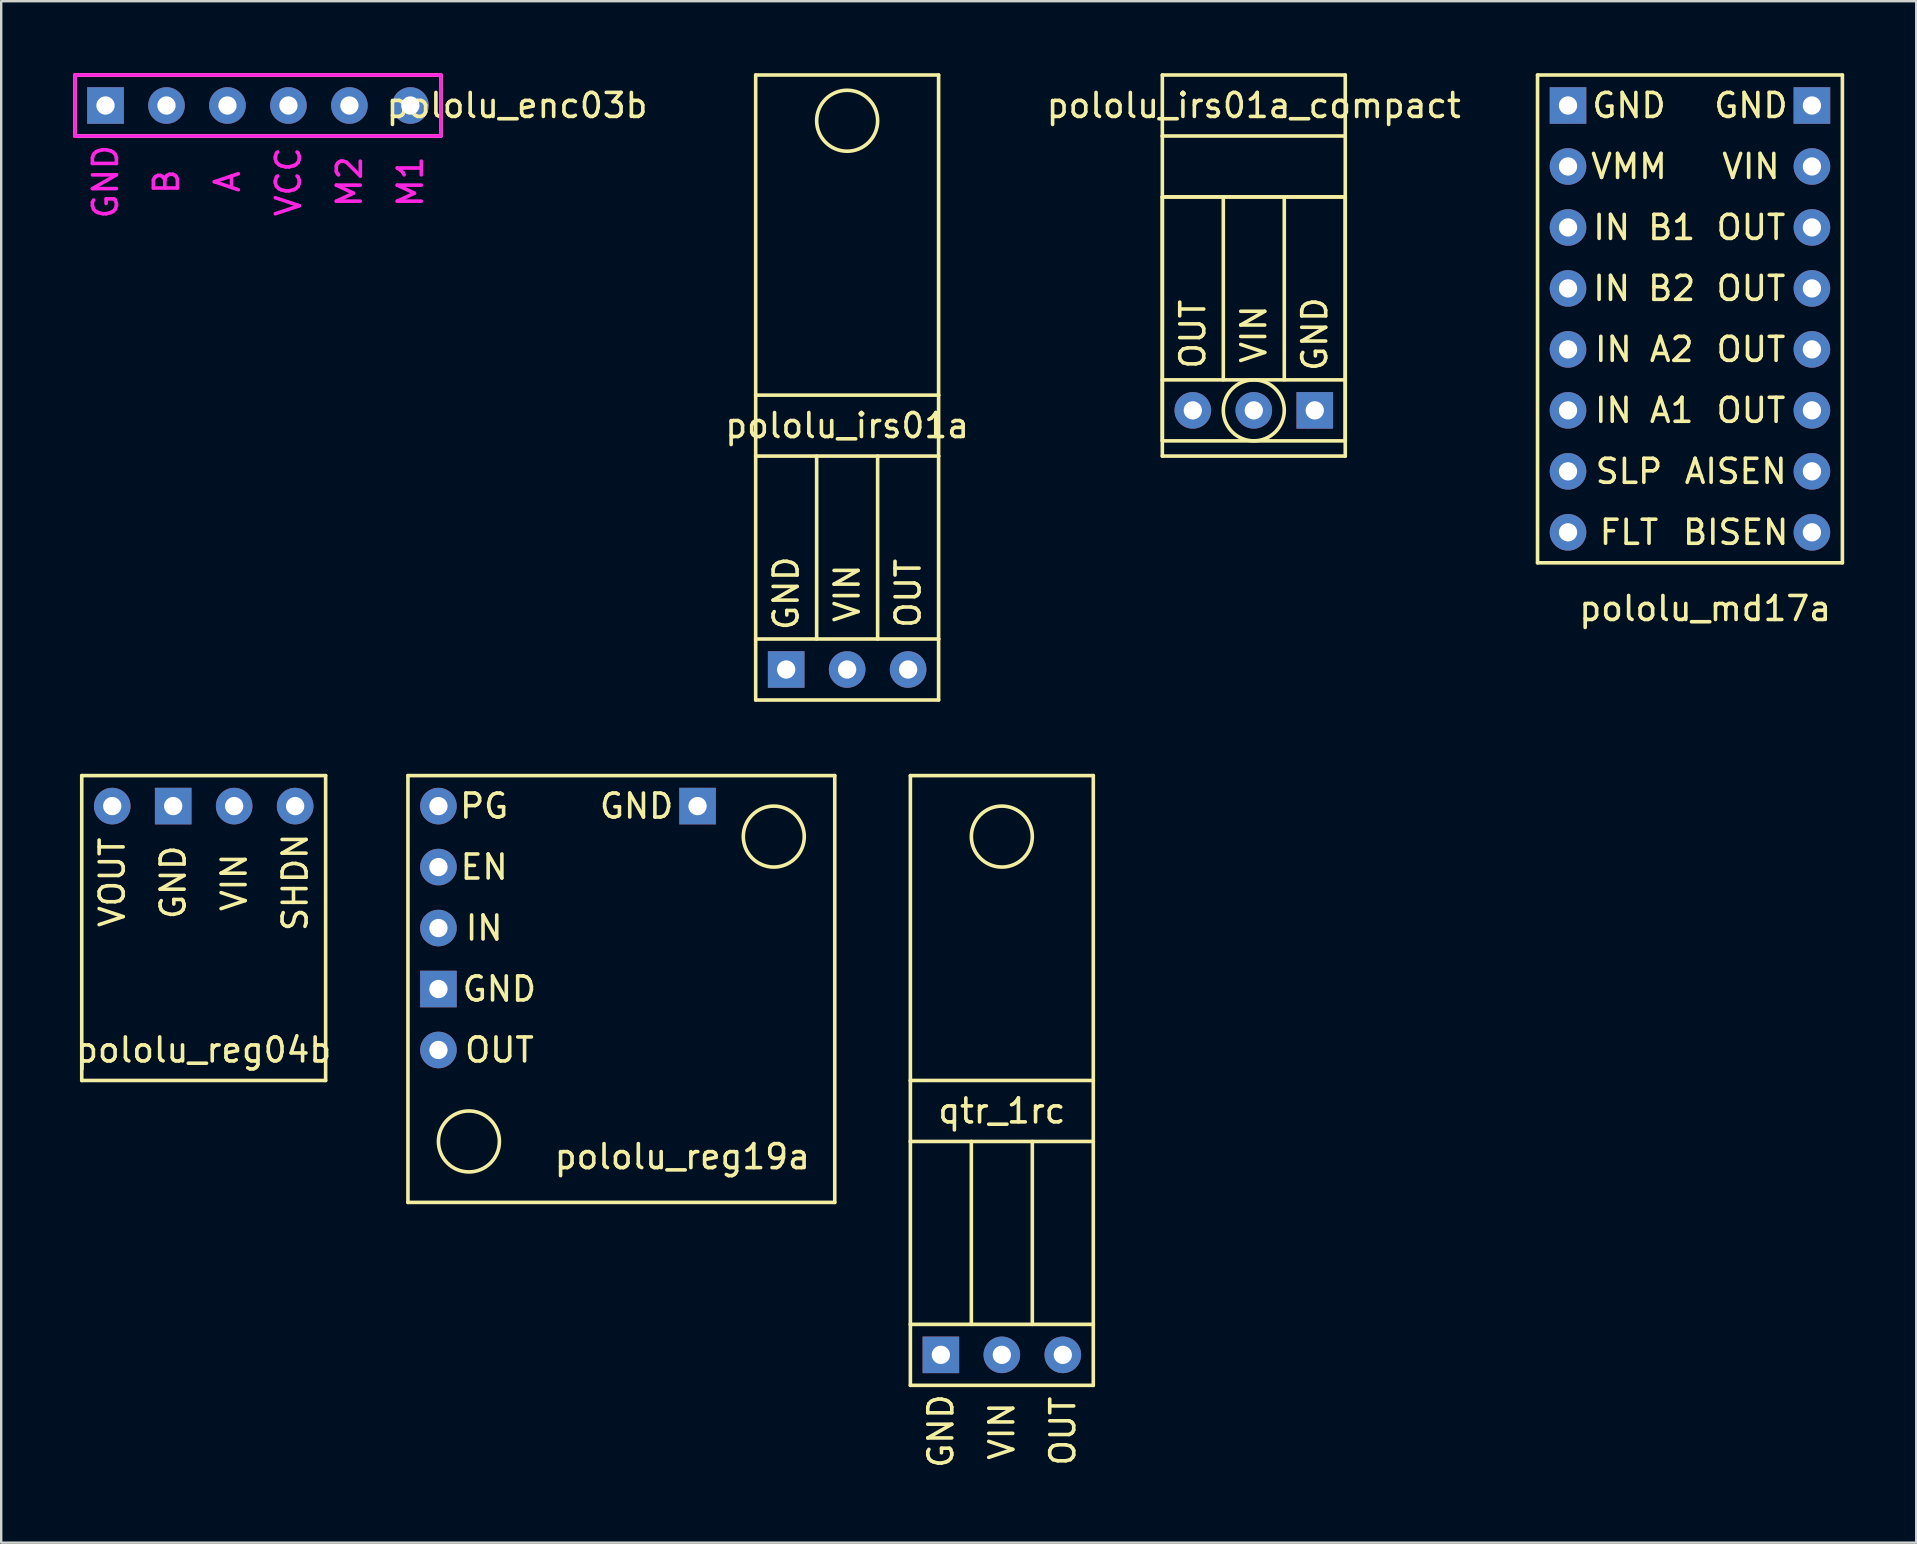
<source format=kicad_pcb>
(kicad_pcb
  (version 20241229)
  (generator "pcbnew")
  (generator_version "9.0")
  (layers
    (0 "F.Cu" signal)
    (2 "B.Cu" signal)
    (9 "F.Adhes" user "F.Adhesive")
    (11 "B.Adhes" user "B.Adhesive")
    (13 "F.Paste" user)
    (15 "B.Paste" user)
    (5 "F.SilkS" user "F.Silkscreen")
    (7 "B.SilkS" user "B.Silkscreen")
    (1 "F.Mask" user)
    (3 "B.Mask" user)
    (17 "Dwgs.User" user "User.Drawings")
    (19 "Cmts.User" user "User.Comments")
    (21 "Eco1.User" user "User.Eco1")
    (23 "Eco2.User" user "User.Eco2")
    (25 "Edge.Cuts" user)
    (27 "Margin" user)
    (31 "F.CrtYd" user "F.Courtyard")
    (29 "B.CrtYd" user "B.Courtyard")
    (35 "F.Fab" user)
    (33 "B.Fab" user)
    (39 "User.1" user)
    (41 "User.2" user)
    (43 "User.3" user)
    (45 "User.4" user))
  (footprint "qtr_1rc"
    (layer "F.Cu")
    (at 36.144 53.39)
    (property "Reference" "qtr_1rc" (at 2.54 -10.16 180) (layer "F.SilkS") (effects (font (size 1 1) (thickness 0.15))))
    (attr through_hole)
    (fp_line (start -1.27 -24.13) (end 6.35 -24.13) (stroke (width 0.15) (type solid)) (layer "F.SilkS"))
    (fp_line (start -1.27 -11.43) (end -1.27 -24.13) (stroke (width 0.15) (type solid)) (layer "F.SilkS"))
    (fp_line (start -1.27 -8.89) (end -1.27 -11.43) (stroke (width 0.15) (type solid)) (layer "F.SilkS"))
    (fp_line (start -1.27 -8.89) (end -1.27 -1.27) (stroke (width 0.15) (type solid)) (layer "F.SilkS"))
    (fp_line (start -1.27 -1.27) (end -1.27 1.27) (stroke (width 0.15) (type solid)) (layer "F.SilkS"))
    (fp_line (start -1.27 -1.27) (end 6.35 -1.27) (stroke (width 0.15) (type solid)) (layer "F.SilkS"))
    (fp_line (start -1.27 1.27) (end 6.35 1.27) (stroke (width 0.15) (type solid)) (layer "F.SilkS"))
    (fp_line (start 1.27 -8.89) (end 1.27 -1.27) (stroke (width 0.15) (type solid)) (layer "F.SilkS"))
    (fp_line (start 3.81 -8.89) (end 3.81 -1.27) (stroke (width 0.15) (type solid)) (layer "F.SilkS"))
    (fp_line (start 6.35 -24.13) (end 6.35 -11.43) (stroke (width 0.15) (type solid)) (layer "F.SilkS"))
    (fp_line (start 6.35 -11.43) (end -1.27 -11.43) (stroke (width 0.15) (type solid)) (layer "F.SilkS"))
    (fp_line (start 6.35 -11.43) (end 6.35 -8.89) (stroke (width 0.15) (type solid)) (layer "F.SilkS"))
    (fp_line (start 6.35 -8.89) (end -1.27 -8.89) (stroke (width 0.15) (type solid)) (layer "F.SilkS"))
    (fp_line (start 6.35 -1.27) (end 6.35 -8.89) (stroke (width 0.15) (type solid)) (layer "F.SilkS"))
    (fp_line (start 6.35 1.27) (end 6.35 -1.27) (stroke (width 0.15) (type solid)) (layer "F.SilkS"))
    (fp_circle (center 2.54 -21.59) (end 2.54 -22.86) (stroke (width 0.15) (type solid)) (fill no) (layer "F.SilkS"))
    (fp_text user "OUT" (at 5.08 3.175 90) (layer "F.SilkS") (effects (font (size 1 1) (thickness 0.15))))
    (fp_text user "VIN" (at 2.54 3.175 90) (layer "F.SilkS") (effects (font (size 1 1) (thickness 0.15))))
    (fp_text user "GND" (at 0 3.175 90) (layer "F.SilkS") (effects (font (size 1 1) (thickness 0.15))))
    (pad "1" thru_hole rect (at 0 0) (size 1.524 1.524) (drill 0.762) (layers "*.Cu" "*.Mask"))
    (pad "2" thru_hole circle (at 2.54 0) (size 1.524 1.524) (drill 0.762) (layers "*.Cu" "*.Mask"))
    (pad "3" thru_hole circle (at 5.08 0) (size 1.524 1.524) (drill 0.762) (layers "*.Cu" "*.Mask")))
  (footprint "pololu_reg19a"
    (layer "F.Cu")
    (at 15.214 30.53)
    (property "Reference" "pololu_reg19a" (at 10.16 14.605 0) (layer "F.SilkS") (effects (font (size 1 1) (thickness 0.15))))
    (attr through_hole)
    (fp_line (start -1.27 -1.27) (end -1.27 16.51) (stroke (width 0.15) (type solid)) (layer "F.SilkS"))
    (fp_line (start -1.27 -1.27) (end 16.51 -1.27) (stroke (width 0.15) (type solid)) (layer "F.SilkS"))
    (fp_line (start 16.51 -1.27) (end 16.51 16.51) (stroke (width 0.15) (type solid)) (layer "F.SilkS"))
    (fp_line (start 16.51 16.51) (end -1.27 16.51) (stroke (width 0.15) (type solid)) (layer "F.SilkS"))
    (fp_circle (center 1.27 13.97) (end 1.27 15.24) (stroke (width 0.15) (type solid)) (fill no) (layer "F.SilkS"))
    (fp_circle (center 13.97 1.27) (end 15.24 1.27) (stroke (width 0.15) (type solid)) (fill no) (layer "F.SilkS"))
    (fp_text user "GND" (at 8.255 0 0) (layer "F.SilkS") (effects (font (size 1 1) (thickness 0.15))))
    (fp_text user "OUT" (at 2.54 10.16 0) (layer "F.SilkS") (effects (font (size 1 1) (thickness 0.15))))
    (fp_text user "IN" (at 1.905 5.08 0) (layer "F.SilkS") (effects (font (size 1 1) (thickness 0.15))))
    (fp_text user "GND" (at 2.54 7.62 0) (layer "F.SilkS") (effects (font (size 1 1) (thickness 0.15))))
    (fp_text user "PG" (at 1.905 0 0) (layer "F.SilkS") (effects (font (size 1 1) (thickness 0.15))))
    (fp_text user "EN" (at 1.905 2.54 0) (layer "F.SilkS") (effects (font (size 1 1) (thickness 0.15))))
    (pad "1" thru_hole circle (at 0 0) (size 1.524 1.524) (drill 0.762) (layers "*.Cu" "*.Mask"))
    (pad "2" thru_hole circle (at 0 2.54) (size 1.524 1.524) (drill 0.762) (layers "*.Cu" "*.Mask"))
    (pad "3" thru_hole circle (at 0 5.08) (size 1.524 1.524) (drill 0.762) (layers "*.Cu" "*.Mask"))
    (pad "4" thru_hole rect (at 0 7.62) (size 1.524 1.524) (drill 0.762) (layers "*.Cu" "*.Mask"))
    (pad "5" thru_hole circle (at 0 10.16) (size 1.524 1.524) (drill 0.762) (layers "*.Cu" "*.Mask"))
    (pad "6" thru_hole rect (at 10.795 0) (size 1.524 1.524) (drill 0.762) (layers "*.Cu" "*.Mask")))
  (footprint "pololu_enc03b"
    (layer "F.Cu")
    (at 1.345 1.345)
    (property "Reference" "pololu_enc03b" (at 17.145 0 0) (layer "F.SilkS") (effects (font (size 1 1) (thickness 0.15))))
    (attr through_hole)
    (fp_line (start -1.27 -1.27) (end 13.97 -1.27) (stroke (width 0.15) (type solid)) (layer "F.SilkS"))
    (fp_line (start -1.27 1.27) (end -1.27 -1.27) (stroke (width 0.15) (type solid)) (layer "F.SilkS"))
    (fp_line (start 13.97 -1.27) (end 13.97 1.27) (stroke (width 0.15) (type solid)) (layer "F.SilkS"))
    (fp_line (start 13.97 1.27) (end -1.27 1.27) (stroke (width 0.15) (type solid)) (layer "F.SilkS"))
    (fp_line (start -1.27 -1.27) (end 13.97 -1.27) (stroke (width 0.15) (type solid)) (layer "F.CrtYd"))
    (fp_line (start -1.27 1.27) (end -1.27 -1.27) (stroke (width 0.15) (type solid)) (layer "F.CrtYd"))
    (fp_line (start 13.97 -1.27) (end 13.97 1.27) (stroke (width 0.15) (type solid)) (layer "F.CrtYd"))
    (fp_line (start 13.97 1.27) (end -1.27 1.27) (stroke (width 0.15) (type solid)) (layer "F.CrtYd"))
    (fp_text user "M2" (at 10.16 3.175 90) (layer "F.CrtYd") (effects (font (size 1 1) (thickness 0.15))))
    (fp_text user "B" (at 2.54 3.175 90) (layer "F.CrtYd") (effects (font (size 1 1) (thickness 0.15))))
    (fp_text user "VCC" (at 7.62 3.175 90) (layer "F.CrtYd") (effects (font (size 1 1) (thickness 0.15))))
    (fp_text user "GND" (at 0 3.175 90) (layer "F.CrtYd") (effects (font (size 1 1) (thickness 0.15))))
    (fp_text user "A" (at 5.08 3.175 90) (layer "F.CrtYd") (effects (font (size 1 1) (thickness 0.15))))
    (fp_text user "M1" (at 12.7 3.175 90) (layer "F.CrtYd") (effects (font (size 1 1) (thickness 0.15))))
    (pad "1" thru_hole rect (at 0 0) (size 1.524 1.524) (drill 0.762) (layers "*.Cu" "*.Mask"))
    (pad "2" thru_hole circle (at 2.54 0) (size 1.524 1.524) (drill 0.762) (layers "*.Cu" "*.Mask"))
    (pad "3" thru_hole circle (at 5.08 0) (size 1.524 1.524) (drill 0.762) (layers "*.Cu" "*.Mask"))
    (pad "4" thru_hole circle (at 7.62 0) (size 1.524 1.524) (drill 0.762) (layers "*.Cu" "*.Mask"))
    (pad "5" thru_hole circle (at 10.16 0) (size 1.524 1.524) (drill 0.762) (layers "*.Cu" "*.Mask"))
    (pad "6" thru_hole circle (at 12.7 0) (size 1.524 1.524) (drill 0.762) (layers "*.Cu" "*.Mask")))
  (footprint "pololu_irs01a_compact"
    (layer "F.Cu")
    (at 46.64 14.045)
    (property "Reference" "pololu_irs01a_compact" (at 2.54 -12.7 0) (layer "F.SilkS") (effects (font (size 1 1) (thickness 0.15))))
    (attr through_hole)
    (fp_line (start -1.27 -13.97) (end 6.35 -13.97) (stroke (width 0.15) (type solid)) (layer "F.SilkS"))
    (fp_line (start -1.27 -11.43) (end -1.27 -13.97) (stroke (width 0.15) (type solid)) (layer "F.SilkS"))
    (fp_line (start -1.27 -11.43) (end 6.35 -11.43) (stroke (width 0.15) (type solid)) (layer "F.SilkS"))
    (fp_line (start -1.27 -8.89) (end -1.27 -1.27) (stroke (width 0.15) (type solid)) (layer "F.SilkS"))
    (fp_line (start -1.27 -8.89) (end 6.35 -8.89) (stroke (width 0.15) (type solid)) (layer "F.SilkS"))
    (fp_line (start -1.27 -1.27) (end -1.27 1.27) (stroke (width 0.15) (type solid)) (layer "F.SilkS"))
    (fp_line (start -1.27 -1.27) (end 6.35 -1.27) (stroke (width 0.15) (type solid)) (layer "F.SilkS"))
    (fp_line (start -1.27 1.27) (end 6.35 1.27) (stroke (width 0.15) (type solid)) (layer "F.SilkS"))
    (fp_line (start -1.27 1.905) (end -1.27 -11.43) (stroke (width 0.15) (type solid)) (layer "F.SilkS"))
    (fp_line (start 1.27 -8.89) (end 1.27 -1.27) (stroke (width 0.15) (type solid)) (layer "F.SilkS"))
    (fp_line (start 3.81 -8.89) (end 3.81 -1.27) (stroke (width 0.15) (type solid)) (layer "F.SilkS"))
    (fp_line (start 6.35 -13.97) (end 6.35 -11.43) (stroke (width 0.15) (type solid)) (layer "F.SilkS"))
    (fp_line (start 6.35 -11.43) (end 6.35 1.905) (stroke (width 0.15) (type solid)) (layer "F.SilkS"))
    (fp_line (start 6.35 -8.89) (end -1.27 -8.89) (stroke (width 0.15) (type solid)) (layer "F.SilkS"))
    (fp_line (start 6.35 -1.27) (end 6.35 -8.89) (stroke (width 0.15) (type solid)) (layer "F.SilkS"))
    (fp_line (start 6.35 1.27) (end 6.35 -1.27) (stroke (width 0.15) (type solid)) (layer "F.SilkS"))
    (fp_line (start 6.35 1.905) (end -1.27 1.905) (stroke (width 0.15) (type solid)) (layer "F.SilkS"))
    (fp_circle (center 2.54 0) (end 2.54 1.27) (stroke (width 0.15) (type solid)) (fill no) (layer "F.SilkS"))
    (fp_text user "OUT" (at 0 -3.175 90) (layer "F.SilkS") (effects (font (size 1 1) (thickness 0.15))))
    (fp_text user "VIN" (at 2.54 -3.175 90) (layer "F.SilkS") (effects (font (size 1 1) (thickness 0.15))))
    (fp_text user "GND" (at 5.08 -3.175 90) (layer "F.SilkS") (effects (font (size 1 1) (thickness 0.15))))
    (pad "1" thru_hole rect (at 5.08 0) (size 1.524 1.524) (drill 0.762) (layers "*.Cu" "*.Mask"))
    (pad "2" thru_hole circle (at 2.54 0) (size 1.524 1.524) (drill 0.762) (layers "*.Cu" "*.Mask"))
    (pad "3" thru_hole circle (at 0 0) (size 1.524 1.524) (drill 0.762) (layers "*.Cu" "*.Mask")))
  (footprint "pololu_irs01a"
    (layer "F.Cu")
    (at 29.7 24.84)
    (property "Reference" "pololu_irs01a" (at 2.54 -10.16 180) (layer "F.SilkS") (effects (font (size 1 1) (thickness 0.15))))
    (attr through_hole)
    (fp_line (start -1.27 -24.765) (end 6.35 -24.765) (stroke (width 0.15) (type solid)) (layer "F.SilkS"))
    (fp_line (start -1.27 -11.43) (end -1.27 -24.765) (stroke (width 0.15) (type solid)) (layer "F.SilkS"))
    (fp_line (start -1.27 -8.89) (end -1.27 -11.43) (stroke (width 0.15) (type solid)) (layer "F.SilkS"))
    (fp_line (start -1.27 -8.89) (end -1.27 -1.27) (stroke (width 0.15) (type solid)) (layer "F.SilkS"))
    (fp_line (start -1.27 -1.27) (end -1.27 1.27) (stroke (width 0.15) (type solid)) (layer "F.SilkS"))
    (fp_line (start -1.27 -1.27) (end 6.35 -1.27) (stroke (width 0.15) (type solid)) (layer "F.SilkS"))
    (fp_line (start -1.27 1.27) (end 6.35 1.27) (stroke (width 0.15) (type solid)) (layer "F.SilkS"))
    (fp_line (start 1.27 -8.89) (end 1.27 -1.27) (stroke (width 0.15) (type solid)) (layer "F.SilkS"))
    (fp_line (start 3.81 -8.89) (end 3.81 -1.27) (stroke (width 0.15) (type solid)) (layer "F.SilkS"))
    (fp_line (start 6.35 -24.765) (end 6.35 -11.43) (stroke (width 0.15) (type solid)) (layer "F.SilkS"))
    (fp_line (start 6.35 -11.43) (end -1.27 -11.43) (stroke (width 0.15) (type solid)) (layer "F.SilkS"))
    (fp_line (start 6.35 -11.43) (end 6.35 -8.89) (stroke (width 0.15) (type solid)) (layer "F.SilkS"))
    (fp_line (start 6.35 -8.89) (end -1.27 -8.89) (stroke (width 0.15) (type solid)) (layer "F.SilkS"))
    (fp_line (start 6.35 -1.27) (end 6.35 -8.89) (stroke (width 0.15) (type solid)) (layer "F.SilkS"))
    (fp_line (start 6.35 1.27) (end 6.35 -1.27) (stroke (width 0.15) (type solid)) (layer "F.SilkS"))
    (fp_circle (center 2.54 -22.86) (end 2.54 -24.13) (stroke (width 0.15) (type solid)) (fill no) (layer "F.SilkS"))
    (fp_text user "GND" (at 0 -3.175 90) (layer "F.SilkS") (effects (font (size 1 1) (thickness 0.15))))
    (fp_text user "OUT" (at 5.08 -3.175 90) (layer "F.SilkS") (effects (font (size 1 1) (thickness 0.15))))
    (fp_text user "VIN" (at 2.54 -3.175 90) (layer "F.SilkS") (effects (font (size 1 1) (thickness 0.15))))
    (pad "1" thru_hole rect (at 0 0) (size 1.524 1.524) (drill 0.762) (layers "*.Cu" "*.Mask"))
    (pad "2" thru_hole circle (at 2.54 0) (size 1.524 1.524) (drill 0.762) (layers "*.Cu" "*.Mask"))
    (pad "3" thru_hole circle (at 5.08 0) (size 1.524 1.524) (drill 0.762) (layers "*.Cu" "*.Mask")))
  (footprint "pololu_reg04b"
    (layer "F.Cu")
    (at 4.165 30.53)
    (property "Reference" "pololu_reg04b" (at 1.27 10.16 0) (layer "F.SilkS") (effects (font (size 1 1) (thickness 0.15))))
    (attr through_hole)
    (fp_line (start -3.81 -1.27) (end 6.35 -1.27) (stroke (width 0.15) (type solid)) (layer "F.SilkS"))
    (fp_line (start -3.81 11.43) (end -3.81 -1.27) (stroke (width 0.15) (type solid)) (layer "F.SilkS"))
    (fp_line (start 6.35 -1.27) (end 6.35 11.43) (stroke (width 0.15) (type solid)) (layer "F.SilkS"))
    (fp_line (start 6.35 11.43) (end -3.81 11.43) (stroke (width 0.15) (type solid)) (layer "F.SilkS"))
    (fp_text user "VOUT" (at -2.54 3.175 90) (layer "F.SilkS") (effects (font (size 1 1) (thickness 0.15))))
    (fp_text user "VIN" (at 2.54 3.175 90) (layer "F.SilkS") (effects (font (size 1 1) (thickness 0.15))))
    (fp_text user "SHDN" (at 5.08 3.175 90) (layer "F.SilkS") (effects (font (size 1 1) (thickness 0.15))))
    (fp_text user "GND" (at 0 3.175 90) (layer "F.SilkS") (effects (font (size 1 1) (thickness 0.15))))
    (pad "1" thru_hole circle (at -2.54 0) (size 1.524 1.524) (drill 0.762) (layers "*.Cu" "*.Mask"))
    (pad "2" thru_hole rect (at 0 0) (size 1.524 1.524) (drill 0.762) (layers "*.Cu" "*.Mask"))
    (pad "3" thru_hole circle (at 2.54 0) (size 1.524 1.524) (drill 0.762) (layers "*.Cu" "*.Mask"))
    (pad "4" thru_hole circle (at 5.08 0) (size 1.524 1.524) (drill 0.762) (layers "*.Cu" "*.Mask")))
  (footprint "pololu_md17a"
    (layer "F.Cu")
    (at 62.27 1.345)
    (property "Reference" "pololu_md17a" (at 5.715 20.955 0) (layer "F.SilkS") (effects (font (size 1 1) (thickness 0.15))))
    (attr through_hole)
    (fp_line (start -1.27 -1.27) (end -1.27 19.05) (stroke (width 0.15) (type solid)) (layer "F.SilkS"))
    (fp_line (start -1.27 -1.27) (end 11.43 -1.27) (stroke (width 0.15) (type solid)) (layer "F.SilkS"))
    (fp_line (start -1.27 19.05) (end 11.43 19.05) (stroke (width 0.15) (type solid)) (layer "F.SilkS"))
    (fp_line (start 11.43 19.05) (end 11.43 -1.27) (stroke (width 0.15) (type solid)) (layer "F.SilkS"))
    (fp_text user "IN A2" (at 3.175 10.16 0) (layer "F.SilkS") (effects (font (size 1 1) (thickness 0.15))))
    (fp_text user "GND" (at 2.54 0 0) (layer "F.SilkS") (effects (font (size 1 1) (thickness 0.15))))
    (fp_text user "OUT" (at 7.62 10.16 0) (layer "F.SilkS") (effects (font (size 1 1) (thickness 0.15))))
    (fp_text user "GND" (at 7.62 0 0) (layer "F.SilkS") (effects (font (size 1 1) (thickness 0.15))))
    (fp_text user "VMM" (at 2.54 2.54 0) (layer "F.SilkS") (effects (font (size 1 1) (thickness 0.15))))
    (fp_text user "IN A1" (at 3.175 12.7 0) (layer "F.SilkS") (effects (font (size 1 1) (thickness 0.15))))
    (fp_text user "IN B2" (at 3.175 7.62 0) (layer "F.SilkS") (effects (font (size 1 1) (thickness 0.15))))
    (fp_text user "OUT" (at 7.62 5.08 0) (layer "F.SilkS") (effects (font (size 1 1) (thickness 0.15))))
    (fp_text user "VIN" (at 7.62 2.54 0) (layer "F.SilkS") (effects (font (size 1 1) (thickness 0.15))))
    (fp_text user "OUT" (at 7.62 12.7 0) (layer "F.SilkS") (effects (font (size 1 1) (thickness 0.15))))
    (fp_text user "IN B1" (at 3.175 5.08 0) (layer "F.SilkS") (effects (font (size 1 1) (thickness 0.15))))
    (fp_text user "FLT" (at 2.54 17.78 0) (layer "F.SilkS") (effects (font (size 1 1) (thickness 0.15))))
    (fp_text user "OUT" (at 7.62 7.62 0) (layer "F.SilkS") (effects (font (size 1 1) (thickness 0.15))))
    (fp_text user "BISEN" (at 6.985 17.78 0) (layer "F.SilkS") (effects (font (size 1 1) (thickness 0.15))))
    (fp_text user "SLP" (at 2.54 15.24 0) (layer "F.SilkS") (effects (font (size 1 1) (thickness 0.15))))
    (fp_text user "AISEN" (at 6.985 15.24 0) (layer "F.SilkS") (effects (font (size 1 1) (thickness 0.15))))
    (pad "1" thru_hole rect (at 0 0) (size 1.524 1.524) (drill 0.762) (layers "*.Cu" "*.Mask"))
    (pad "2" thru_hole circle (at 0 2.54) (size 1.524 1.524) (drill 0.762) (layers "*.Cu" "*.Mask"))
    (pad "3" thru_hole circle (at 0 5.08) (size 1.524 1.524) (drill 0.762) (layers "*.Cu" "*.Mask"))
    (pad "4" thru_hole circle (at 0 7.62) (size 1.524 1.524) (drill 0.762) (layers "*.Cu" "*.Mask"))
    (pad "5" thru_hole circle (at 0 10.16) (size 1.524 1.524) (drill 0.762) (layers "*.Cu" "*.Mask"))
    (pad "6" thru_hole circle (at 0 12.7) (size 1.524 1.524) (drill 0.762) (layers "*.Cu" "*.Mask"))
    (pad "7" thru_hole circle (at 0 15.24) (size 1.524 1.524) (drill 0.762) (layers "*.Cu" "*.Mask"))
    (pad "8" thru_hole circle (at 0 17.78) (size 1.524 1.524) (drill 0.762) (layers "*.Cu" "*.Mask"))
    (pad "9" thru_hole rect (at 10.16 0) (size 1.524 1.524) (drill 0.762) (layers "*.Cu" "*.Mask"))
    (pad "10" thru_hole circle (at 10.16 2.54) (size 1.524 1.524) (drill 0.762) (layers "*.Cu" "*.Mask"))
    (pad "11" thru_hole circle (at 10.16 5.08) (size 1.524 1.524) (drill 0.762) (layers "*.Cu" "*.Mask"))
    (pad "12" thru_hole circle (at 10.16 7.62) (size 1.524 1.524) (drill 0.762) (layers "*.Cu" "*.Mask"))
    (pad "13" thru_hole circle (at 10.16 10.16) (size 1.524 1.524) (drill 0.762) (layers "*.Cu" "*.Mask"))
    (pad "14" thru_hole circle (at 10.16 12.7) (size 1.524 1.524) (drill 0.762) (layers "*.Cu" "*.Mask"))
    (pad "15" thru_hole circle (at 10.16 15.24) (size 1.524 1.524) (drill 0.762) (layers "*.Cu" "*.Mask"))
    (pad "16" thru_hole circle (at 10.16 17.78) (size 1.524 1.524) (drill 0.762) (layers "*.Cu" "*.Mask")))
  (gr_rect
    (start -3 -3)
    (end 76.775 61.214)
    (stroke (width 0.1) (type default))
    (fill no)
    (layer "Edge.Cuts")))
</source>
